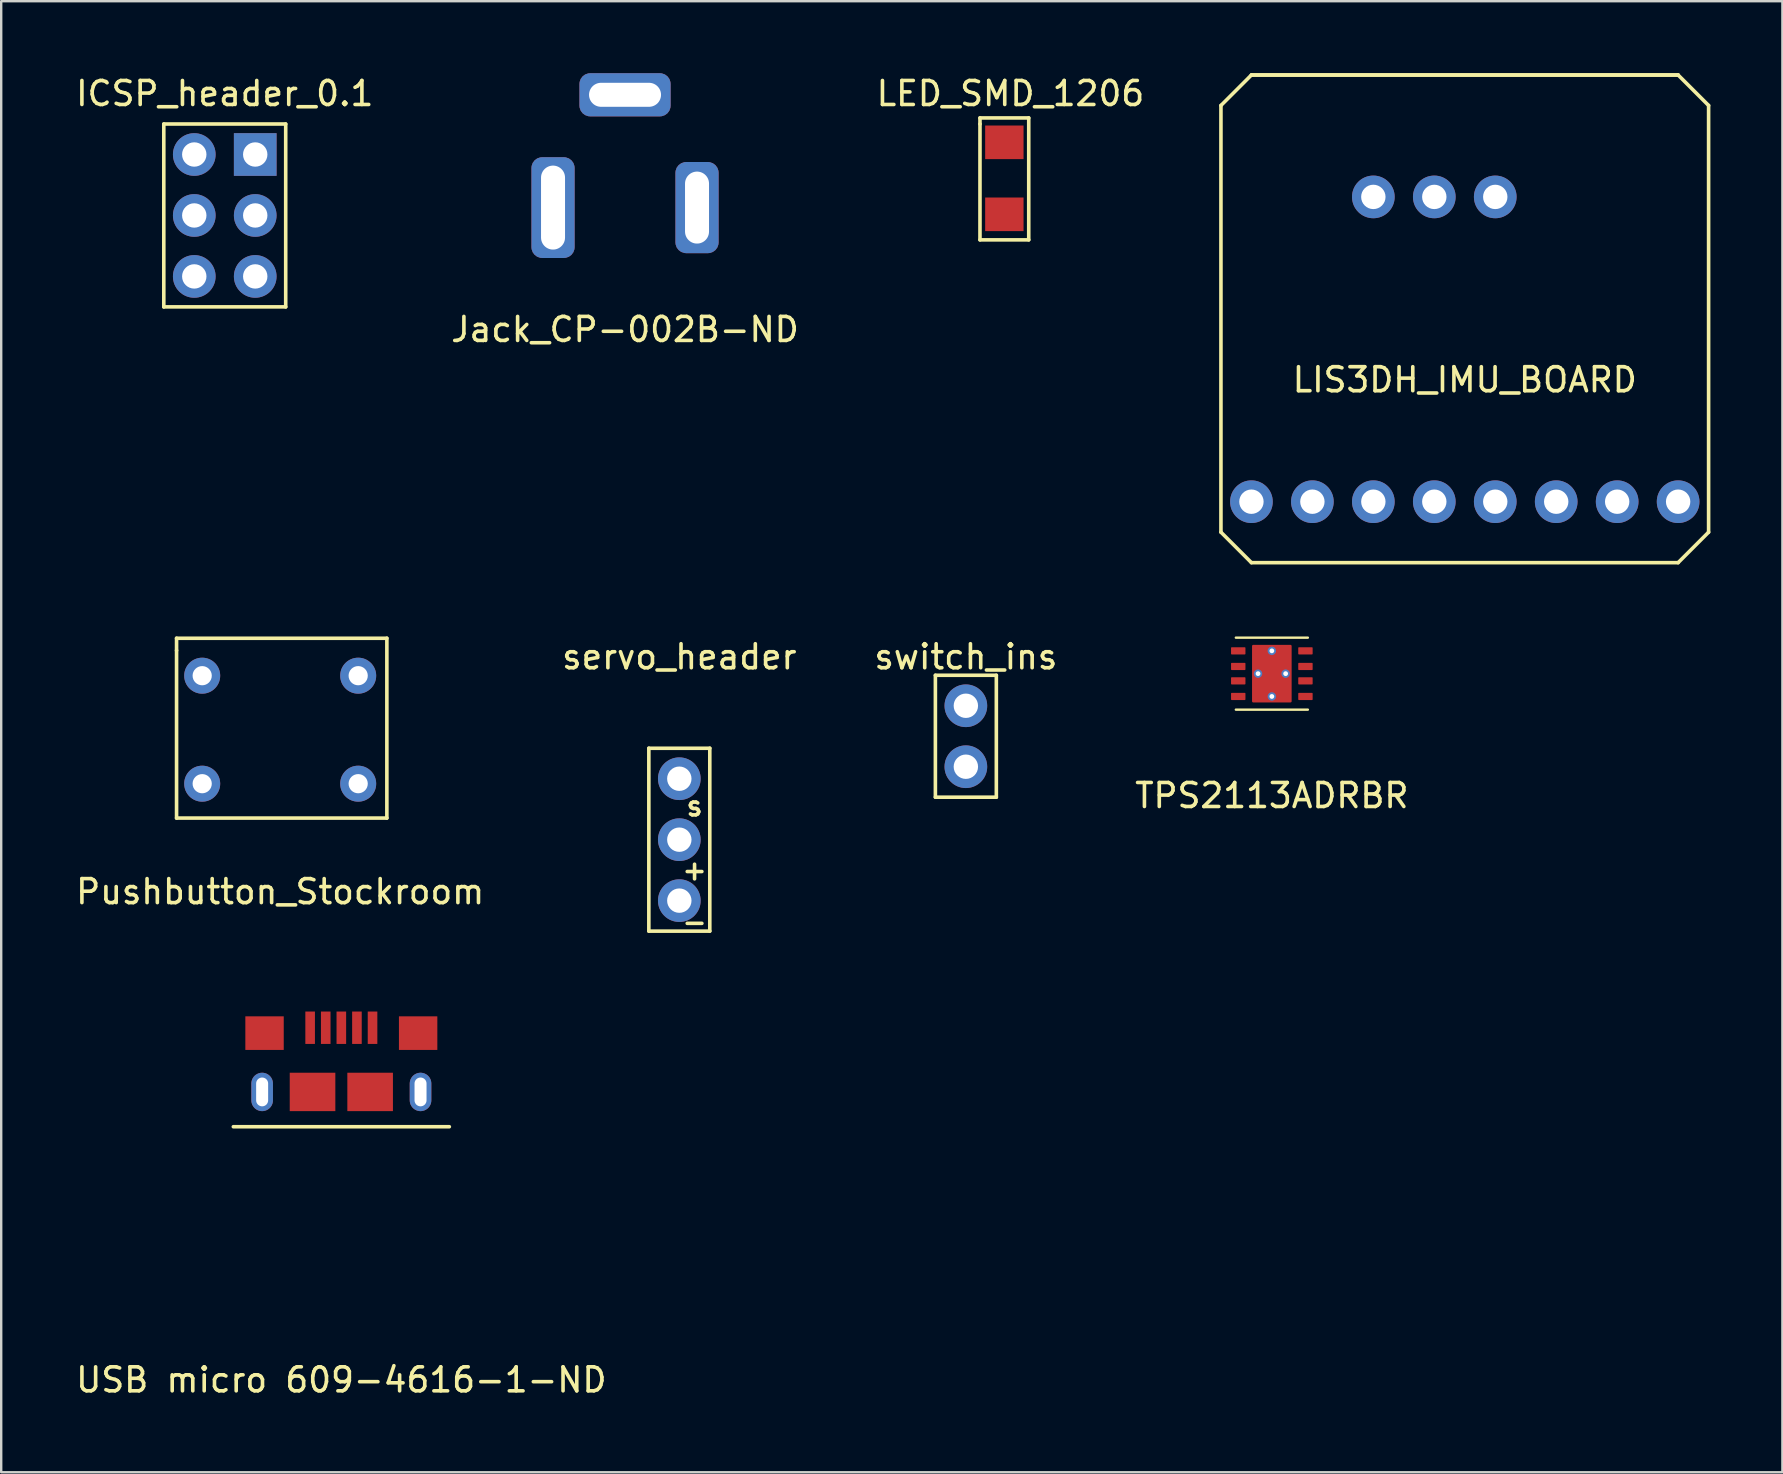
<source format=kicad_pcb>
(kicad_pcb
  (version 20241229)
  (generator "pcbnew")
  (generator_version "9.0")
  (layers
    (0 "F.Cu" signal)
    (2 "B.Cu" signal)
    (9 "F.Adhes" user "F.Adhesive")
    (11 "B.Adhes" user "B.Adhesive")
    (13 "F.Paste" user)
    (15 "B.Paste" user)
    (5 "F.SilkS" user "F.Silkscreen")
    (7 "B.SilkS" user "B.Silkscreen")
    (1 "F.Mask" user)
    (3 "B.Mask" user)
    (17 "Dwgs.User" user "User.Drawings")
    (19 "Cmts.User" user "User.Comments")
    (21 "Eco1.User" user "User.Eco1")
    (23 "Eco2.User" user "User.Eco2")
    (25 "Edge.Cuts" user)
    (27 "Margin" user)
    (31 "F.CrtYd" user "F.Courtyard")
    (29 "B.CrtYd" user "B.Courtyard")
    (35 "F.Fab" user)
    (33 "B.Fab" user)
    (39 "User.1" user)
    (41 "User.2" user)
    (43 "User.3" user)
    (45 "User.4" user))
  (footprint "ICSP_header_0.1"
    (layer "F.Cu")
    (at 6.315 3.388)
    (property "Reference" "ICSP_header_0.1" (at 0 -2.54 0) (layer "F.SilkS") (effects (font (size 1 1) (thickness 0.15))))
    (attr through_hole)
    (fp_line (start -2.54 -1.27) (end 2.54 -1.27) (stroke (width 0.15) (type solid)) (layer "F.SilkS"))
    (fp_line (start -2.54 6.35) (end -2.54 -1.27) (stroke (width 0.15) (type solid)) (layer "F.SilkS"))
    (fp_line (start 2.54 -1.27) (end 2.54 6.35) (stroke (width 0.15) (type solid)) (layer "F.SilkS"))
    (fp_line (start 2.54 6.35) (end -2.54 6.35) (stroke (width 0.15) (type solid)) (layer "F.SilkS"))
    (pad "1" thru_hole circle (at -1.27 0) (size 1.778 1.778) (drill 1.016) (layers "*.Cu" "*.Mask"))
    (pad "2" thru_hole circle (at -1.27 2.54) (size 1.778 1.778) (drill 1.016) (layers "*.Cu" "*.Mask"))
    (pad "3" thru_hole circle (at -1.27 5.08) (size 1.778 1.778) (drill 1.016) (layers "*.Cu" "*.Mask"))
    (pad "4" thru_hole circle (at 1.27 5.08) (size 1.778 1.778) (drill 1.016) (layers "*.Cu" "*.Mask"))
    (pad "5" thru_hole circle (at 1.27 2.54) (size 1.778 1.778) (drill 1.016) (layers "*.Cu" "*.Mask"))
    (pad "6" thru_hole rect (at 1.27 0) (size 1.778 1.778) (drill 1.016) (layers "*.Cu" "*.Mask")))
  (footprint "Pushbutton_Stockroom"
    (layer "F.Cu")
    (at 8.625 27.355)
    (property "Reference" "Pushbutton_Stockroom" (at 0 6.75 0) (layer "F.SilkS") (effects (font (size 1 1) (thickness 0.15))))
    (attr through_hole)
    (fp_line (start -4.318 -3.81) (end -4.318 -3.302) (stroke (width 0.15) (type solid)) (layer "F.SilkS"))
    (fp_line (start -4.318 -3.302) (end -4.318 3.683) (stroke (width 0.15) (type solid)) (layer "F.SilkS"))
    (fp_line (start -4.318 3.683) (end 4.445 3.683) (stroke (width 0.15) (type solid)) (layer "F.SilkS"))
    (fp_line (start 4.445 -3.81) (end -4.318 -3.81) (stroke (width 0.15) (type solid)) (layer "F.SilkS"))
    (fp_line (start 4.445 3.683) (end 4.445 -3.81) (stroke (width 0.15) (type solid)) (layer "F.SilkS"))
    (pad "1" thru_hole circle (at -3.25 -2.25) (size 1.5 1.5) (drill 0.8) (layers "*.Cu" "*.Mask"))
    (pad "2" thru_hole circle (at 3.25 -2.25) (size 1.5 1.5) (drill 0.8) (layers "*.Cu" "*.Mask"))
    (pad "3" thru_hole circle (at -3.25 2.25) (size 1.5 1.5) (drill 0.8) (layers "*.Cu" "*.Mask"))
    (pad "4" thru_hole circle (at 3.25 2.25) (size 1.5 1.5) (drill 0.8) (layers "*.Cu" "*.Mask")))
  (footprint "LIS3DH_IMU_BOARD"
    (layer "F.Cu")
    (at 56.715 17.855)
    (property "Reference" "LIS3DH_IMU_BOARD" (at 1.27 -5.08 0) (layer "F.SilkS") (effects (font (size 1 1) (thickness 0.15))))
    (attr through_hole)
    (fp_line (start -8.89 -16.51) (end -8.89 1.27) (stroke (width 0.15) (type solid)) (layer "F.SilkS"))
    (fp_line (start -8.89 1.27) (end -7.62 2.54) (stroke (width 0.15) (type solid)) (layer "F.SilkS"))
    (fp_line (start -7.62 -17.78) (end -8.89 -16.51) (stroke (width 0.15) (type solid)) (layer "F.SilkS"))
    (fp_line (start -7.62 -17.78) (end 10.16 -17.78) (stroke (width 0.15) (type solid)) (layer "F.SilkS"))
    (fp_line (start -7.62 2.54) (end 10.16 2.54) (stroke (width 0.15) (type solid)) (layer "F.SilkS"))
    (fp_line (start 10.16 -17.78) (end -7.62 -17.78) (stroke (width 0.15) (type solid)) (layer "F.SilkS"))
    (fp_line (start 10.16 2.54) (end 11.43 1.27) (stroke (width 0.15) (type solid)) (layer "F.SilkS"))
    (fp_line (start 11.43 -16.51) (end 10.16 -17.78) (stroke (width 0.15) (type solid)) (layer "F.SilkS"))
    (fp_line (start 11.43 1.27) (end 11.43 -16.51) (stroke (width 0.15) (type solid)) (layer "F.SilkS"))
    (pad "1" thru_hole circle (at 10.16 0) (size 1.778 1.778) (drill 1.016) (layers "*.Cu" "*.Mask"))
    (pad "2" thru_hole circle (at 7.62 0) (size 1.778 1.778) (drill 1.016) (layers "*.Cu" "*.Mask"))
    (pad "3" thru_hole circle (at 5.08 0) (size 1.778 1.778) (drill 1.016) (layers "*.Cu" "*.Mask"))
    (pad "4" thru_hole circle (at 2.54 0) (size 1.778 1.778) (drill 1.016) (layers "*.Cu" "*.Mask"))
    (pad "5" thru_hole circle (at 0 0) (size 1.778 1.778) (drill 1.016) (layers "*.Cu" "*.Mask"))
    (pad "6" thru_hole circle (at -2.54 0) (size 1.778 1.778) (drill 1.016) (layers "*.Cu" "*.Mask"))
    (pad "7" thru_hole circle (at -5.08 0) (size 1.778 1.778) (drill 1.016) (layers "*.Cu" "*.Mask"))
    (pad "8" thru_hole circle (at -7.62 0) (size 1.778 1.778) (drill 1.016) (layers "*.Cu" "*.Mask"))
    (pad "9" thru_hole circle (at 2.54 -12.7) (size 1.778 1.778) (drill 1.016) (layers "*.Cu" "*.Mask"))
    (pad "10" thru_hole circle (at 0 -12.7) (size 1.778 1.778) (drill 1.016) (layers "*.Cu" "*.Mask"))
    (pad "11" thru_hole circle (at -2.54 -12.7) (size 1.778 1.778) (drill 1.016) (layers "*.Cu" "*.Mask")))
  (footprint "TPS2113ADRBR"
    (layer "F.Cu")
    (at 49.946 25.02)
    (property "Reference" "TPS2113ADRBR" (at 0 5.08 0) (layer "F.SilkS") (effects (font (size 1 1) (thickness 0.15))))
    (attr through_hole)
    (fp_line (start -1.5 -1.5) (end 1.5 -1.5) (stroke (width 0.1) (type solid)) (layer "F.SilkS"))
    (fp_line (start -1.5 1.5) (end 1.5 1.5) (stroke (width 0.1) (type solid)) (layer "F.SilkS"))
    (pad "1" smd roundrect (at -1.4 -0.95) (size 0.6 0.3) (layers "F.Cu" "F.Mask" "F.Paste") (roundrect_rratio 0.1))
    (pad "2" smd roundrect (at -1.4 -0.3) (size 0.6 0.3) (layers "F.Cu" "F.Mask" "F.Paste") (roundrect_rratio 0.1))
    (pad "3" smd roundrect (at -1.4 0.3) (size 0.6 0.3) (layers "F.Cu" "F.Mask" "F.Paste") (roundrect_rratio 0.1))
    (pad "4" smd roundrect (at -1.4 0.95) (size 0.6 0.3) (layers "F.Cu" "F.Mask" "F.Paste") (roundrect_rratio 0.1))
    (pad "5" smd roundrect (at 1.4 0.95) (size 0.6 0.3) (layers "F.Cu" "F.Mask" "F.Paste") (roundrect_rratio 0.1))
    (pad "6" smd roundrect (at 1.4 0.3) (size 0.6 0.3) (layers "F.Cu" "F.Mask" "F.Paste") (roundrect_rratio 0.1))
    (pad "7" smd roundrect (at 1.4 -0.3) (size 0.6 0.3) (layers "F.Cu" "F.Mask" "F.Paste") (roundrect_rratio 0.1))
    (pad "8" smd roundrect (at 1.4 -0.95) (size 0.6 0.3) (layers "F.Cu" "F.Mask" "F.Paste") (roundrect_rratio 0.1))
    (pad "9" thru_hole circle (at -0.575 0) (size 0.35 0.35) (drill 0.2) (layers "*.Cu" "*.Mask"))
    (pad "9" thru_hole circle (at 0 -0.95) (size 0.35 0.35) (drill 0.2) (layers "*.Cu" "*.Mask"))
    (pad "9" smd roundrect (at 0 0) (size 1.65 2.4) (layers "F.Cu" "F.Mask" "F.Paste") (roundrect_rratio 0.03))
    (pad "9" thru_hole circle (at 0 0.95) (size 0.35 0.35) (drill 0.2) (layers "*.Cu" "*.Mask"))
    (pad "9" thru_hole circle (at 0.575 0) (size 0.35 0.35) (drill 0.2) (layers "*.Cu" "*.Mask")))
  (footprint "Jack_CP-002B-ND"
    (layer "F.Cu")
    (at 22.994 5.6)
    (property "Reference" "Jack_CP-002B-ND" (at 0 5.08 0) (layer "F.SilkS") (effects (font (size 1 1) (thickness 0.15))))
    (attr through_hole)
    (pad "1" thru_hole roundrect (at -3 0) (size 1.8 4.2) (drill oval 1 3.5) (layers "*.Cu" "*.Mask") (roundrect_rratio 0.25))
    (pad "2" thru_hole roundrect (at 3 0) (size 1.8 3.8) (drill oval 1 3) (layers "*.Cu" "*.Mask") (roundrect_rratio 0.25))
    (pad "3" thru_hole roundrect (at 0 -4.7) (size 3.8 1.8) (drill oval 3 1) (layers "*.Cu" "*.Mask") (roundrect_rratio 0.25)))
  (footprint "USB micro 609-4616-1-ND"
    (layer "F.Cu")
    (at 11.173 42.449)
    (property "Reference" "USB micro 609-4616-1-ND" (at 0 12 0) (layer "F.SilkS") (effects (font (size 1 1) (thickness 0.15))))
    (attr through_hole)
    (fp_line (start -4.5 1.45) (end 4.5 1.45) (stroke (width 0.15) (type solid)) (layer "F.SilkS"))
    (pad "1" smd rect (at -1.3 -2.675) (size 0.4 1.35) (layers "F.Cu" "F.Mask" "F.Paste"))
    (pad "2" smd rect (at -0.65 -2.675) (size 0.4 1.35) (layers "F.Cu" "F.Mask" "F.Paste"))
    (pad "3" smd rect (at 0 -2.675) (size 0.4 1.35) (layers "F.Cu" "F.Mask" "F.Paste"))
    (pad "4" smd rect (at 0.65 -2.675) (size 0.4 1.35) (layers "F.Cu" "F.Mask" "F.Paste"))
    (pad "5" smd rect (at 1.3 -2.675) (size 0.4 1.35) (layers "F.Cu" "F.Mask" "F.Paste"))
    (pad "6" thru_hole oval (at -3.3 0) (size 0.9 1.6) (drill oval 0.5 1.2) (layers "*.Cu" "*.Mask"))
    (pad "6" smd rect (at -3.2 -2.45) (size 1.6 1.4) (layers "F.Cu" "F.Mask" "F.Paste"))
    (pad "6" smd rect (at -1.2 0) (size 1.9 1.6) (layers "F.Cu" "F.Mask" "F.Paste"))
    (pad "6" smd rect (at 1.2 0) (size 1.9 1.6) (layers "F.Cu" "F.Mask" "F.Paste"))
    (pad "6" smd rect (at 3.2 -2.45) (size 1.6 1.4) (layers "F.Cu" "F.Mask" "F.Paste"))
    (pad "6" thru_hole oval (at 3.3 0) (size 0.9 1.6) (drill oval 0.5 1.2) (layers "*.Cu" "*.Mask")))
  (footprint "switch_ins"
    (layer "F.Cu")
    (at 37.196 23.818)
    (property "Reference" "switch_ins" (at 0 0.5 0) (layer "F.SilkS") (effects (font (size 1 1) (thickness 0.15))))
    (attr through_hole)
    (fp_line (start -1.27 1.27) (end -1.27 6.35) (stroke (width 0.15) (type solid)) (layer "F.SilkS"))
    (fp_line (start -1.27 6.35) (end 1.27 6.35) (stroke (width 0.15) (type solid)) (layer "F.SilkS"))
    (fp_line (start 1.27 1.27) (end -1.27 1.27) (stroke (width 0.15) (type solid)) (layer "F.SilkS"))
    (fp_line (start 1.27 6.35) (end 1.27 1.27) (stroke (width 0.15) (type solid)) (layer "F.SilkS"))
    (pad "1" thru_hole circle (at 0 2.54) (size 1.778 1.778) (drill 1.016) (layers "*.Cu" "*.Mask"))
    (pad "2" thru_hole circle (at 0 5.08) (size 1.778 1.778) (drill 1.016) (layers "*.Cu" "*.Mask")))
  (footprint "LED_SMD_1206"
    (layer "F.Cu")
    (at 38.8 2.88)
    (property "Reference" "LED_SMD_1206" (at 0.254 -2.032 0) (layer "F.SilkS") (effects (font (size 1 1) (thickness 0.15))))
    (attr through_hole)
    (fp_line (start -1.016 -1.016) (end -1.016 -0.762) (stroke (width 0.15) (type solid)) (layer "F.SilkS"))
    (fp_line (start -1.016 -0.762) (end -1.016 4.064) (stroke (width 0.15) (type solid)) (layer "F.SilkS"))
    (fp_line (start -1.016 4.064) (end 1.016 4.064) (stroke (width 0.15) (type solid)) (layer "F.SilkS"))
    (fp_line (start 1.016 -1.016) (end -1.016 -1.016) (stroke (width 0.15) (type solid)) (layer "F.SilkS"))
    (fp_line (start 1.016 4.064) (end 1.016 -1.016) (stroke (width 0.15) (type solid)) (layer "F.SilkS"))
    (pad "1" smd rect (at 0 0) (size 1.6 1.4) (layers "F.Cu" "F.Mask" "F.Paste"))
    (pad "2" smd rect (at 0 3) (size 1.6 1.4) (layers "F.Cu" "F.Mask" "F.Paste")))
  (footprint "servo_header"
    (layer "F.Cu")
    (at 25.256 26.858)
    (property "Reference" "servo_header" (at 0 -2.54 0) (layer "F.SilkS") (effects (font (size 1 1) (thickness 0.15))))
    (attr through_hole)
    (fp_line (start -1.27 1.27) (end -1.27 8.89) (stroke (width 0.15) (type solid)) (layer "F.SilkS"))
    (fp_line (start -1.27 8.89) (end 1.27 8.89) (stroke (width 0.15) (type solid)) (layer "F.SilkS"))
    (fp_line (start 1.27 1.27) (end -1.27 1.27) (stroke (width 0.15) (type solid)) (layer "F.SilkS"))
    (fp_line (start 1.27 8.89) (end 1.27 1.27) (stroke (width 0.15) (type solid)) (layer "F.SilkS"))
    (fp_text user "s" (at 0.635 3.683 0) (layer "F.SilkS") (effects (font (size 0.8 0.8) (thickness 0.15))))
    (fp_text user "+" (at 0.635 6.35 0) (layer "F.SilkS") (effects (font (size 0.8 0.8) (thickness 0.15))))
    (fp_text user "-" (at 0.635 8.509 0) (layer "F.SilkS") (effects (font (size 0.8 0.8) (thickness 0.15))))
    (pad "1" thru_hole circle (at 0 5.08) (size 1.778 1.778) (drill 1.016) (layers "*.Cu" "*.Mask"))
    (pad "2" thru_hole circle (at 0 2.54) (size 1.778 1.778) (drill 1.016) (layers "*.Cu" "*.Mask"))
    (pad "3" thru_hole circle (at 0 7.62) (size 1.778 1.778) (drill 1.016) (layers "*.Cu" "*.Mask")))
  (gr_rect
    (start -3 -3)
    (end 71.22 58.297)
    (stroke (width 0.1) (type default))
    (fill no)
    (layer "Edge.Cuts")))
</source>
